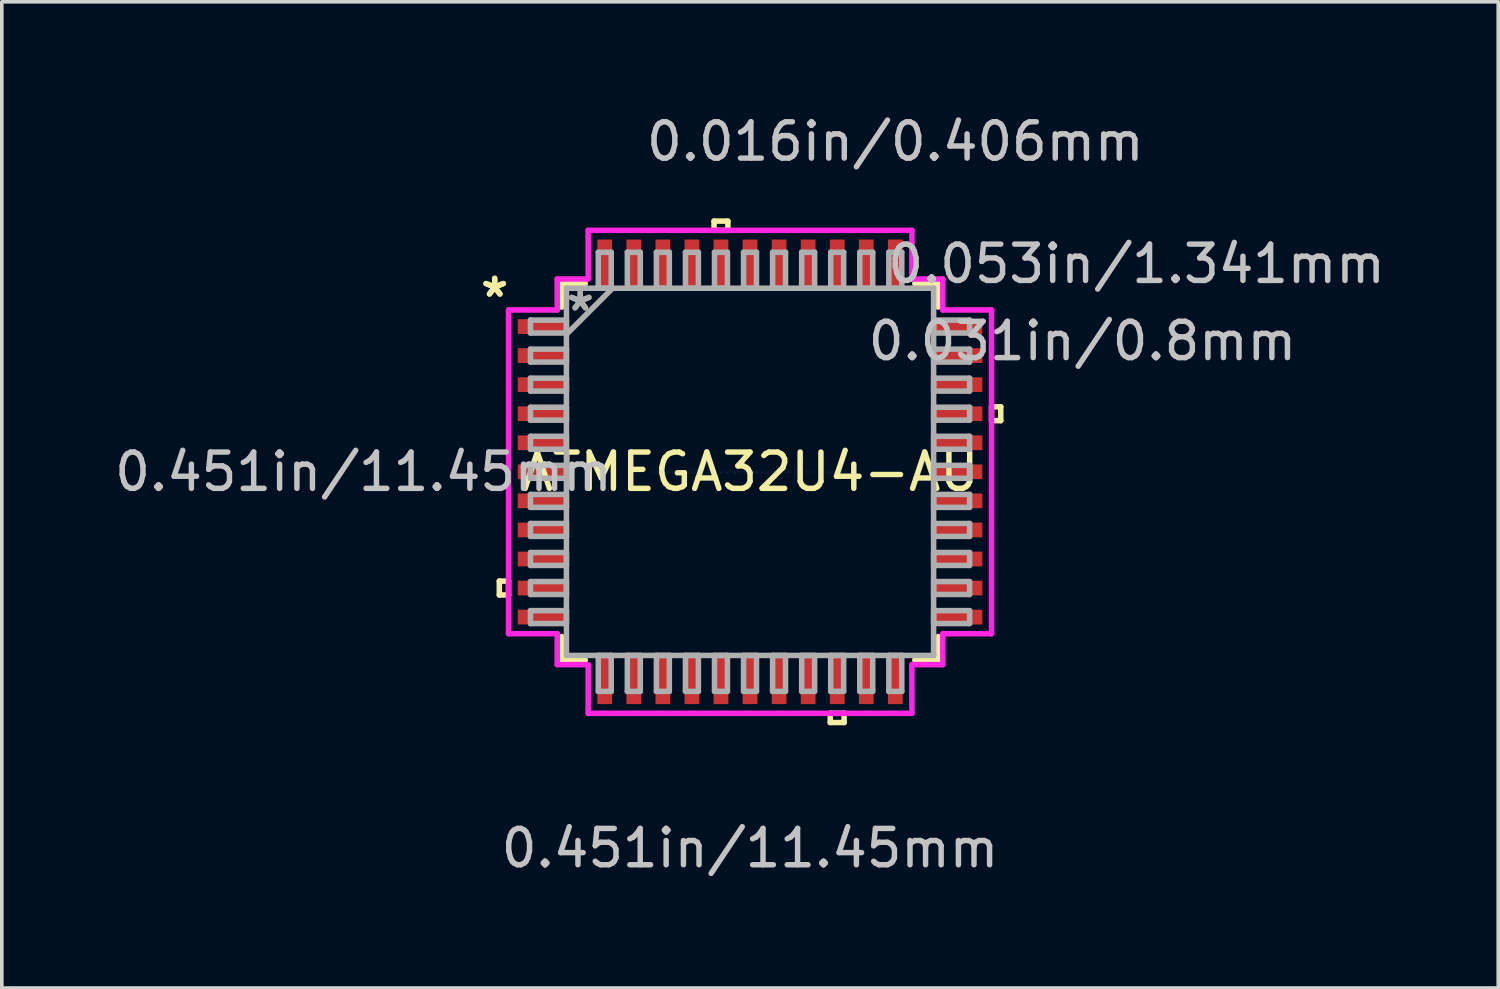
<source format=kicad_pcb>
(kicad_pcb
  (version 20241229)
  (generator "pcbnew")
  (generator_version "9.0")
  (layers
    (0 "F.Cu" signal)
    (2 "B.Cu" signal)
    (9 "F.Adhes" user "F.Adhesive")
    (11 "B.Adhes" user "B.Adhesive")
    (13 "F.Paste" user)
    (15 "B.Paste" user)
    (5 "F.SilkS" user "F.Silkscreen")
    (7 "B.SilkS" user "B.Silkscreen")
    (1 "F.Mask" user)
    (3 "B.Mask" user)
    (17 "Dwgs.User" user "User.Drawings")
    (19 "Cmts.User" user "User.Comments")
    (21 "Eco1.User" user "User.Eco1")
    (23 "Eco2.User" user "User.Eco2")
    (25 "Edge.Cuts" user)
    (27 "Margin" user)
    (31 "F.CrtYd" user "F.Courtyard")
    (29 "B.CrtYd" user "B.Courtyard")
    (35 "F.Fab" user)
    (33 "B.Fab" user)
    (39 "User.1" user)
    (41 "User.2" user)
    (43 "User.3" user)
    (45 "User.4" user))
  (footprint "ATMEGA32U4-AU"
    (layer "F.Cu")
    (at 17.601 9.941)
    (property "Reference" "ATMEGA32U4-AU" (at 0 0 0) (layer "F.SilkS") (effects (font (size 1 1) (thickness 0.15))))
    (attr through_hole)
    (fp_line (start -6.903 3.009) (end -6.903 3.39) (stroke (width 0.152) (type solid)) (layer "F.SilkS"))
    (fp_line (start -6.903 3.39) (end -6.649 3.39) (stroke (width 0.152) (type solid)) (layer "F.SilkS"))
    (fp_line (start -6.649 3.009) (end -6.903 3.009) (stroke (width 0.152) (type solid)) (layer "F.SilkS"))
    (fp_line (start -6.649 3.39) (end -6.649 3.009) (stroke (width 0.152) (type solid)) (layer "F.SilkS"))
    (fp_line (start -5.182 -5.182) (end -5.182 -4.536) (stroke (width 0.152) (type solid)) (layer "F.SilkS"))
    (fp_line (start -5.182 4.536) (end -5.182 5.182) (stroke (width 0.152) (type solid)) (layer "F.SilkS"))
    (fp_line (start -5.182 5.182) (end -4.536 5.182) (stroke (width 0.152) (type solid)) (layer "F.SilkS"))
    (fp_line (start -4.536 -5.182) (end -5.182 -5.182) (stroke (width 0.152) (type solid)) (layer "F.SilkS"))
    (fp_line (start -0.991 -6.903) (end -0.61 -6.903) (stroke (width 0.152) (type solid)) (layer "F.SilkS"))
    (fp_line (start -0.991 -6.649) (end -0.991 -6.903) (stroke (width 0.152) (type solid)) (layer "F.SilkS"))
    (fp_line (start -0.61 -6.903) (end -0.61 -6.649) (stroke (width 0.152) (type solid)) (layer "F.SilkS"))
    (fp_line (start -0.61 -6.649) (end -0.991 -6.649) (stroke (width 0.152) (type solid)) (layer "F.SilkS"))
    (fp_line (start 2.209 6.649) (end 2.209 6.903) (stroke (width 0.152) (type solid)) (layer "F.SilkS"))
    (fp_line (start 2.209 6.903) (end 2.591 6.903) (stroke (width 0.152) (type solid)) (layer "F.SilkS"))
    (fp_line (start 2.591 6.649) (end 2.209 6.649) (stroke (width 0.152) (type solid)) (layer "F.SilkS"))
    (fp_line (start 2.591 6.903) (end 2.591 6.649) (stroke (width 0.152) (type solid)) (layer "F.SilkS"))
    (fp_line (start 4.536 5.182) (end 5.182 5.182) (stroke (width 0.152) (type solid)) (layer "F.SilkS"))
    (fp_line (start 5.182 -5.182) (end 4.536 -5.182) (stroke (width 0.152) (type solid)) (layer "F.SilkS"))
    (fp_line (start 5.182 -4.536) (end 5.182 -5.182) (stroke (width 0.152) (type solid)) (layer "F.SilkS"))
    (fp_line (start 5.182 5.182) (end 5.182 4.536) (stroke (width 0.152) (type solid)) (layer "F.SilkS"))
    (fp_line (start 6.649 -1.79) (end 6.903 -1.79) (stroke (width 0.152) (type solid)) (layer "F.SilkS"))
    (fp_line (start 6.649 -1.409) (end 6.649 -1.79) (stroke (width 0.152) (type solid)) (layer "F.SilkS"))
    (fp_line (start 6.903 -1.79) (end 6.903 -1.409) (stroke (width 0.152) (type solid)) (layer "F.SilkS"))
    (fp_line (start 6.903 -1.409) (end 6.649 -1.409) (stroke (width 0.152) (type solid)) (layer "F.SilkS"))
    (fp_line (start -6.649 -4.457) (end -5.309 -4.457) (stroke (width 0.152) (type solid)) (layer "F.CrtYd"))
    (fp_line (start -6.649 4.457) (end -6.649 -4.457) (stroke (width 0.152) (type solid)) (layer "F.CrtYd"))
    (fp_line (start -5.309 -5.309) (end -4.457 -5.309) (stroke (width 0.152) (type solid)) (layer "F.CrtYd"))
    (fp_line (start -5.309 -4.457) (end -5.309 -5.309) (stroke (width 0.152) (type solid)) (layer "F.CrtYd"))
    (fp_line (start -5.309 4.457) (end -6.649 4.457) (stroke (width 0.152) (type solid)) (layer "F.CrtYd"))
    (fp_line (start -5.309 5.309) (end -5.309 4.457) (stroke (width 0.152) (type solid)) (layer "F.CrtYd"))
    (fp_line (start -4.457 -6.649) (end 4.457 -6.649) (stroke (width 0.152) (type solid)) (layer "F.CrtYd"))
    (fp_line (start -4.457 -5.309) (end -4.457 -6.649) (stroke (width 0.152) (type solid)) (layer "F.CrtYd"))
    (fp_line (start -4.457 5.309) (end -5.309 5.309) (stroke (width 0.152) (type solid)) (layer "F.CrtYd"))
    (fp_line (start -4.457 6.649) (end -4.457 5.309) (stroke (width 0.152) (type solid)) (layer "F.CrtYd"))
    (fp_line (start 4.457 -6.649) (end 4.457 -5.309) (stroke (width 0.152) (type solid)) (layer "F.CrtYd"))
    (fp_line (start 4.457 -5.309) (end 5.309 -5.309) (stroke (width 0.152) (type solid)) (layer "F.CrtYd"))
    (fp_line (start 4.457 5.309) (end 4.457 6.649) (stroke (width 0.152) (type solid)) (layer "F.CrtYd"))
    (fp_line (start 4.457 6.649) (end -4.457 6.649) (stroke (width 0.152) (type solid)) (layer "F.CrtYd"))
    (fp_line (start 5.309 -5.309) (end 5.309 -4.457) (stroke (width 0.152) (type solid)) (layer "F.CrtYd"))
    (fp_line (start 5.309 -4.457) (end 6.649 -4.457) (stroke (width 0.152) (type solid)) (layer "F.CrtYd"))
    (fp_line (start 5.309 4.457) (end 5.309 5.309) (stroke (width 0.152) (type solid)) (layer "F.CrtYd"))
    (fp_line (start 5.309 5.309) (end 4.457 5.309) (stroke (width 0.152) (type solid)) (layer "F.CrtYd"))
    (fp_line (start 6.649 -4.457) (end 6.649 4.457) (stroke (width 0.152) (type solid)) (layer "F.CrtYd"))
    (fp_line (start 6.649 4.457) (end 5.309 4.457) (stroke (width 0.152) (type solid)) (layer "F.CrtYd"))
    (fp_line (start -6.045 -4.178) (end -6.045 -3.822) (stroke (width 0.152) (type solid)) (layer "F.Fab"))
    (fp_line (start -6.045 -3.822) (end -5.055 -3.822) (stroke (width 0.152) (type solid)) (layer "F.Fab"))
    (fp_line (start -6.045 -3.378) (end -6.045 -3.022) (stroke (width 0.152) (type solid)) (layer "F.Fab"))
    (fp_line (start -6.045 -3.022) (end -5.055 -3.022) (stroke (width 0.152) (type solid)) (layer "F.Fab"))
    (fp_line (start -6.045 -2.578) (end -6.045 -2.222) (stroke (width 0.152) (type solid)) (layer "F.Fab"))
    (fp_line (start -6.045 -2.222) (end -5.055 -2.222) (stroke (width 0.152) (type solid)) (layer "F.Fab"))
    (fp_line (start -6.045 -1.778) (end -6.045 -1.422) (stroke (width 0.152) (type solid)) (layer "F.Fab"))
    (fp_line (start -6.045 -1.422) (end -5.055 -1.422) (stroke (width 0.152) (type solid)) (layer "F.Fab"))
    (fp_line (start -6.045 -0.978) (end -6.045 -0.622) (stroke (width 0.152) (type solid)) (layer "F.Fab"))
    (fp_line (start -6.045 -0.622) (end -5.055 -0.622) (stroke (width 0.152) (type solid)) (layer "F.Fab"))
    (fp_line (start -6.045 -0.178) (end -6.045 0.178) (stroke (width 0.152) (type solid)) (layer "F.Fab"))
    (fp_line (start -6.045 0.178) (end -5.055 0.178) (stroke (width 0.152) (type solid)) (layer "F.Fab"))
    (fp_line (start -6.045 0.622) (end -6.045 0.978) (stroke (width 0.152) (type solid)) (layer "F.Fab"))
    (fp_line (start -6.045 0.978) (end -5.055 0.978) (stroke (width 0.152) (type solid)) (layer "F.Fab"))
    (fp_line (start -6.045 1.422) (end -6.045 1.778) (stroke (width 0.152) (type solid)) (layer "F.Fab"))
    (fp_line (start -6.045 1.778) (end -5.055 1.778) (stroke (width 0.152) (type solid)) (layer "F.Fab"))
    (fp_line (start -6.045 2.222) (end -6.045 2.578) (stroke (width 0.152) (type solid)) (layer "F.Fab"))
    (fp_line (start -6.045 2.578) (end -5.055 2.578) (stroke (width 0.152) (type solid)) (layer "F.Fab"))
    (fp_line (start -6.045 3.022) (end -6.045 3.378) (stroke (width 0.152) (type solid)) (layer "F.Fab"))
    (fp_line (start -6.045 3.378) (end -5.055 3.378) (stroke (width 0.152) (type solid)) (layer "F.Fab"))
    (fp_line (start -6.045 3.822) (end -6.045 4.178) (stroke (width 0.152) (type solid)) (layer "F.Fab"))
    (fp_line (start -6.045 4.178) (end -5.055 4.178) (stroke (width 0.152) (type solid)) (layer "F.Fab"))
    (fp_line (start -5.055 -5.055) (end -5.055 -5.055) (stroke (width 0.152) (type solid)) (layer "F.Fab"))
    (fp_line (start -5.055 -5.055) (end -5.055 5.055) (stroke (width 0.152) (type solid)) (layer "F.Fab"))
    (fp_line (start -5.055 -4.178) (end -6.045 -4.178) (stroke (width 0.152) (type solid)) (layer "F.Fab"))
    (fp_line (start -5.055 -3.822) (end -5.055 -4.178) (stroke (width 0.152) (type solid)) (layer "F.Fab"))
    (fp_line (start -5.055 -3.785) (end -3.785 -5.055) (stroke (width 0.152) (type solid)) (layer "F.Fab"))
    (fp_line (start -5.055 -3.378) (end -6.045 -3.378) (stroke (width 0.152) (type solid)) (layer "F.Fab"))
    (fp_line (start -5.055 -3.022) (end -5.055 -3.378) (stroke (width 0.152) (type solid)) (layer "F.Fab"))
    (fp_line (start -5.055 -2.578) (end -6.045 -2.578) (stroke (width 0.152) (type solid)) (layer "F.Fab"))
    (fp_line (start -5.055 -2.222) (end -5.055 -2.578) (stroke (width 0.152) (type solid)) (layer "F.Fab"))
    (fp_line (start -5.055 -1.778) (end -6.045 -1.778) (stroke (width 0.152) (type solid)) (layer "F.Fab"))
    (fp_line (start -5.055 -1.422) (end -5.055 -1.778) (stroke (width 0.152) (type solid)) (layer "F.Fab"))
    (fp_line (start -5.055 -0.978) (end -6.045 -0.978) (stroke (width 0.152) (type solid)) (layer "F.Fab"))
    (fp_line (start -5.055 -0.622) (end -5.055 -0.978) (stroke (width 0.152) (type solid)) (layer "F.Fab"))
    (fp_line (start -5.055 -0.178) (end -6.045 -0.178) (stroke (width 0.152) (type solid)) (layer "F.Fab"))
    (fp_line (start -5.055 0.178) (end -5.055 -0.178) (stroke (width 0.152) (type solid)) (layer "F.Fab"))
    (fp_line (start -5.055 0.622) (end -6.045 0.622) (stroke (width 0.152) (type solid)) (layer "F.Fab"))
    (fp_line (start -5.055 0.978) (end -5.055 0.622) (stroke (width 0.152) (type solid)) (layer "F.Fab"))
    (fp_line (start -5.055 1.422) (end -6.045 1.422) (stroke (width 0.152) (type solid)) (layer "F.Fab"))
    (fp_line (start -5.055 1.778) (end -5.055 1.422) (stroke (width 0.152) (type solid)) (layer "F.Fab"))
    (fp_line (start -5.055 2.222) (end -6.045 2.222) (stroke (width 0.152) (type solid)) (layer "F.Fab"))
    (fp_line (start -5.055 2.578) (end -5.055 2.222) (stroke (width 0.152) (type solid)) (layer "F.Fab"))
    (fp_line (start -5.055 3.022) (end -6.045 3.022) (stroke (width 0.152) (type solid)) (layer "F.Fab"))
    (fp_line (start -5.055 3.378) (end -5.055 3.022) (stroke (width 0.152) (type solid)) (layer "F.Fab"))
    (fp_line (start -5.055 3.822) (end -6.045 3.822) (stroke (width 0.152) (type solid)) (layer "F.Fab"))
    (fp_line (start -5.055 4.178) (end -5.055 3.822) (stroke (width 0.152) (type solid)) (layer "F.Fab"))
    (fp_line (start -5.055 5.055) (end -5.055 5.055) (stroke (width 0.152) (type solid)) (layer "F.Fab"))
    (fp_line (start -5.055 5.055) (end 5.055 5.055) (stroke (width 0.152) (type solid)) (layer "F.Fab"))
    (fp_line (start -4.178 5.055) (end -4.178 6.045) (stroke (width 0.152) (type solid)) (layer "F.Fab"))
    (fp_line (start -4.178 6.045) (end -3.822 6.045) (stroke (width 0.152) (type solid)) (layer "F.Fab"))
    (fp_line (start -4.178 -6.045) (end -4.178 -5.055) (stroke (width 0.152) (type solid)) (layer "F.Fab"))
    (fp_line (start -4.178 -5.055) (end -3.822 -5.055) (stroke (width 0.152) (type solid)) (layer "F.Fab"))
    (fp_line (start -3.822 5.055) (end -4.178 5.055) (stroke (width 0.152) (type solid)) (layer "F.Fab"))
    (fp_line (start -3.822 6.045) (end -3.822 5.055) (stroke (width 0.152) (type solid)) (layer "F.Fab"))
    (fp_line (start -3.822 -6.045) (end -4.178 -6.045) (stroke (width 0.152) (type solid)) (layer "F.Fab"))
    (fp_line (start -3.822 -5.055) (end -3.822 -6.045) (stroke (width 0.152) (type solid)) (layer "F.Fab"))
    (fp_line (start -3.378 -6.045) (end -3.378 -5.055) (stroke (width 0.152) (type solid)) (layer "F.Fab"))
    (fp_line (start -3.378 -5.055) (end -3.022 -5.055) (stroke (width 0.152) (type solid)) (layer "F.Fab"))
    (fp_line (start -3.378 5.055) (end -3.378 6.045) (stroke (width 0.152) (type solid)) (layer "F.Fab"))
    (fp_line (start -3.378 6.045) (end -3.022 6.045) (stroke (width 0.152) (type solid)) (layer "F.Fab"))
    (fp_line (start -3.022 -6.045) (end -3.378 -6.045) (stroke (width 0.152) (type solid)) (layer "F.Fab"))
    (fp_line (start -3.022 -5.055) (end -3.022 -6.045) (stroke (width 0.152) (type solid)) (layer "F.Fab"))
    (fp_line (start -3.022 5.055) (end -3.378 5.055) (stroke (width 0.152) (type solid)) (layer "F.Fab"))
    (fp_line (start -3.022 6.045) (end -3.022 5.055) (stroke (width 0.152) (type solid)) (layer "F.Fab"))
    (fp_line (start -2.578 -6.045) (end -2.578 -5.055) (stroke (width 0.152) (type solid)) (layer "F.Fab"))
    (fp_line (start -2.578 -5.055) (end -2.222 -5.055) (stroke (width 0.152) (type solid)) (layer "F.Fab"))
    (fp_line (start -2.578 5.055) (end -2.578 6.045) (stroke (width 0.152) (type solid)) (layer "F.Fab"))
    (fp_line (start -2.578 6.045) (end -2.222 6.045) (stroke (width 0.152) (type solid)) (layer "F.Fab"))
    (fp_line (start -2.222 -6.045) (end -2.578 -6.045) (stroke (width 0.152) (type solid)) (layer "F.Fab"))
    (fp_line (start -2.222 -5.055) (end -2.222 -6.045) (stroke (width 0.152) (type solid)) (layer "F.Fab"))
    (fp_line (start -2.222 5.055) (end -2.578 5.055) (stroke (width 0.152) (type solid)) (layer "F.Fab"))
    (fp_line (start -2.222 6.045) (end -2.222 5.055) (stroke (width 0.152) (type solid)) (layer "F.Fab"))
    (fp_line (start -1.778 -6.045) (end -1.778 -5.055) (stroke (width 0.152) (type solid)) (layer "F.Fab"))
    (fp_line (start -1.778 -5.055) (end -1.422 -5.055) (stroke (width 0.152) (type solid)) (layer "F.Fab"))
    (fp_line (start -1.778 5.055) (end -1.778 6.045) (stroke (width 0.152) (type solid)) (layer "F.Fab"))
    (fp_line (start -1.778 6.045) (end -1.422 6.045) (stroke (width 0.152) (type solid)) (layer "F.Fab"))
    (fp_line (start -1.422 -6.045) (end -1.778 -6.045) (stroke (width 0.152) (type solid)) (layer "F.Fab"))
    (fp_line (start -1.422 -5.055) (end -1.422 -6.045) (stroke (width 0.152) (type solid)) (layer "F.Fab"))
    (fp_line (start -1.422 5.055) (end -1.778 5.055) (stroke (width 0.152) (type solid)) (layer "F.Fab"))
    (fp_line (start -1.422 6.045) (end -1.422 5.055) (stroke (width 0.152) (type solid)) (layer "F.Fab"))
    (fp_line (start -0.978 -6.045) (end -0.978 -5.055) (stroke (width 0.152) (type solid)) (layer "F.Fab"))
    (fp_line (start -0.978 -5.055) (end -0.622 -5.055) (stroke (width 0.152) (type solid)) (layer "F.Fab"))
    (fp_line (start -0.978 5.055) (end -0.978 6.045) (stroke (width 0.152) (type solid)) (layer "F.Fab"))
    (fp_line (start -0.978 6.045) (end -0.622 6.045) (stroke (width 0.152) (type solid)) (layer "F.Fab"))
    (fp_line (start -0.622 -6.045) (end -0.978 -6.045) (stroke (width 0.152) (type solid)) (layer "F.Fab"))
    (fp_line (start -0.622 -5.055) (end -0.622 -6.045) (stroke (width 0.152) (type solid)) (layer "F.Fab"))
    (fp_line (start -0.622 5.055) (end -0.978 5.055) (stroke (width 0.152) (type solid)) (layer "F.Fab"))
    (fp_line (start -0.622 6.045) (end -0.622 5.055) (stroke (width 0.152) (type solid)) (layer "F.Fab"))
    (fp_line (start -0.178 -6.045) (end -0.178 -5.055) (stroke (width 0.152) (type solid)) (layer "F.Fab"))
    (fp_line (start -0.178 -5.055) (end 0.178 -5.055) (stroke (width 0.152) (type solid)) (layer "F.Fab"))
    (fp_line (start -0.178 5.055) (end -0.178 6.045) (stroke (width 0.152) (type solid)) (layer "F.Fab"))
    (fp_line (start -0.178 6.045) (end 0.178 6.045) (stroke (width 0.152) (type solid)) (layer "F.Fab"))
    (fp_line (start 0.178 -6.045) (end -0.178 -6.045) (stroke (width 0.152) (type solid)) (layer "F.Fab"))
    (fp_line (start 0.178 -5.055) (end 0.178 -6.045) (stroke (width 0.152) (type solid)) (layer "F.Fab"))
    (fp_line (start 0.178 5.055) (end -0.178 5.055) (stroke (width 0.152) (type solid)) (layer "F.Fab"))
    (fp_line (start 0.178 6.045) (end 0.178 5.055) (stroke (width 0.152) (type solid)) (layer "F.Fab"))
    (fp_line (start 0.622 -6.045) (end 0.622 -5.055) (stroke (width 0.152) (type solid)) (layer "F.Fab"))
    (fp_line (start 0.622 -5.055) (end 0.978 -5.055) (stroke (width 0.152) (type solid)) (layer "F.Fab"))
    (fp_line (start 0.622 5.055) (end 0.622 6.045) (stroke (width 0.152) (type solid)) (layer "F.Fab"))
    (fp_line (start 0.622 6.045) (end 0.978 6.045) (stroke (width 0.152) (type solid)) (layer "F.Fab"))
    (fp_line (start 0.978 -6.045) (end 0.622 -6.045) (stroke (width 0.152) (type solid)) (layer "F.Fab"))
    (fp_line (start 0.978 -5.055) (end 0.978 -6.045) (stroke (width 0.152) (type solid)) (layer "F.Fab"))
    (fp_line (start 0.978 5.055) (end 0.622 5.055) (stroke (width 0.152) (type solid)) (layer "F.Fab"))
    (fp_line (start 0.978 6.045) (end 0.978 5.055) (stroke (width 0.152) (type solid)) (layer "F.Fab"))
    (fp_line (start 1.422 -6.045) (end 1.422 -5.055) (stroke (width 0.152) (type solid)) (layer "F.Fab"))
    (fp_line (start 1.422 -5.055) (end 1.778 -5.055) (stroke (width 0.152) (type solid)) (layer "F.Fab"))
    (fp_line (start 1.422 5.055) (end 1.422 6.045) (stroke (width 0.152) (type solid)) (layer "F.Fab"))
    (fp_line (start 1.422 6.045) (end 1.778 6.045) (stroke (width 0.152) (type solid)) (layer "F.Fab"))
    (fp_line (start 1.778 -6.045) (end 1.422 -6.045) (stroke (width 0.152) (type solid)) (layer "F.Fab"))
    (fp_line (start 1.778 -5.055) (end 1.778 -6.045) (stroke (width 0.152) (type solid)) (layer "F.Fab"))
    (fp_line (start 1.778 5.055) (end 1.422 5.055) (stroke (width 0.152) (type solid)) (layer "F.Fab"))
    (fp_line (start 1.778 6.045) (end 1.778 5.055) (stroke (width 0.152) (type solid)) (layer "F.Fab"))
    (fp_line (start 2.222 -6.045) (end 2.222 -5.055) (stroke (width 0.152) (type solid)) (layer "F.Fab"))
    (fp_line (start 2.222 -5.055) (end 2.578 -5.055) (stroke (width 0.152) (type solid)) (layer "F.Fab"))
    (fp_line (start 2.222 5.055) (end 2.222 6.045) (stroke (width 0.152) (type solid)) (layer "F.Fab"))
    (fp_line (start 2.222 6.045) (end 2.578 6.045) (stroke (width 0.152) (type solid)) (layer "F.Fab"))
    (fp_line (start 2.578 -6.045) (end 2.222 -6.045) (stroke (width 0.152) (type solid)) (layer "F.Fab"))
    (fp_line (start 2.578 -5.055) (end 2.578 -6.045) (stroke (width 0.152) (type solid)) (layer "F.Fab"))
    (fp_line (start 2.578 5.055) (end 2.222 5.055) (stroke (width 0.152) (type solid)) (layer "F.Fab"))
    (fp_line (start 2.578 6.045) (end 2.578 5.055) (stroke (width 0.152) (type solid)) (layer "F.Fab"))
    (fp_line (start 3.022 -6.045) (end 3.022 -5.055) (stroke (width 0.152) (type solid)) (layer "F.Fab"))
    (fp_line (start 3.022 -5.055) (end 3.378 -5.055) (stroke (width 0.152) (type solid)) (layer "F.Fab"))
    (fp_line (start 3.022 5.055) (end 3.022 6.045) (stroke (width 0.152) (type solid)) (layer "F.Fab"))
    (fp_line (start 3.022 6.045) (end 3.378 6.045) (stroke (width 0.152) (type solid)) (layer "F.Fab"))
    (fp_line (start 3.378 -6.045) (end 3.022 -6.045) (stroke (width 0.152) (type solid)) (layer "F.Fab"))
    (fp_line (start 3.378 -5.055) (end 3.378 -6.045) (stroke (width 0.152) (type solid)) (layer "F.Fab"))
    (fp_line (start 3.378 5.055) (end 3.022 5.055) (stroke (width 0.152) (type solid)) (layer "F.Fab"))
    (fp_line (start 3.378 6.045) (end 3.378 5.055) (stroke (width 0.152) (type solid)) (layer "F.Fab"))
    (fp_line (start 3.822 5.055) (end 3.822 6.045) (stroke (width 0.152) (type solid)) (layer "F.Fab"))
    (fp_line (start 3.822 6.045) (end 4.178 6.045) (stroke (width 0.152) (type solid)) (layer "F.Fab"))
    (fp_line (start 3.822 -6.045) (end 3.822 -5.055) (stroke (width 0.152) (type solid)) (layer "F.Fab"))
    (fp_line (start 3.822 -5.055) (end 4.178 -5.055) (stroke (width 0.152) (type solid)) (layer "F.Fab"))
    (fp_line (start 4.178 5.055) (end 3.822 5.055) (stroke (width 0.152) (type solid)) (layer "F.Fab"))
    (fp_line (start 4.178 6.045) (end 4.178 5.055) (stroke (width 0.152) (type solid)) (layer "F.Fab"))
    (fp_line (start 4.178 -6.045) (end 3.822 -6.045) (stroke (width 0.152) (type solid)) (layer "F.Fab"))
    (fp_line (start 4.178 -5.055) (end 4.178 -6.045) (stroke (width 0.152) (type solid)) (layer "F.Fab"))
    (fp_line (start 5.055 -5.055) (end -5.055 -5.055) (stroke (width 0.152) (type solid)) (layer "F.Fab"))
    (fp_line (start 5.055 -5.055) (end 5.055 -5.055) (stroke (width 0.152) (type solid)) (layer "F.Fab"))
    (fp_line (start 5.055 -4.178) (end 5.055 -3.822) (stroke (width 0.152) (type solid)) (layer "F.Fab"))
    (fp_line (start 5.055 -3.822) (end 6.045 -3.822) (stroke (width 0.152) (type solid)) (layer "F.Fab"))
    (fp_line (start 5.055 -3.378) (end 5.055 -3.022) (stroke (width 0.152) (type solid)) (layer "F.Fab"))
    (fp_line (start 5.055 -3.022) (end 6.045 -3.022) (stroke (width 0.152) (type solid)) (layer "F.Fab"))
    (fp_line (start 5.055 -2.578) (end 5.055 -2.222) (stroke (width 0.152) (type solid)) (layer "F.Fab"))
    (fp_line (start 5.055 -2.222) (end 6.045 -2.222) (stroke (width 0.152) (type solid)) (layer "F.Fab"))
    (fp_line (start 5.055 -1.778) (end 5.055 -1.422) (stroke (width 0.152) (type solid)) (layer "F.Fab"))
    (fp_line (start 5.055 -1.422) (end 6.045 -1.422) (stroke (width 0.152) (type solid)) (layer "F.Fab"))
    (fp_line (start 5.055 -0.978) (end 5.055 -0.622) (stroke (width 0.152) (type solid)) (layer "F.Fab"))
    (fp_line (start 5.055 -0.622) (end 6.045 -0.622) (stroke (width 0.152) (type solid)) (layer "F.Fab"))
    (fp_line (start 5.055 -0.178) (end 5.055 0.178) (stroke (width 0.152) (type solid)) (layer "F.Fab"))
    (fp_line (start 5.055 0.178) (end 6.045 0.178) (stroke (width 0.152) (type solid)) (layer "F.Fab"))
    (fp_line (start 5.055 0.622) (end 5.055 0.978) (stroke (width 0.152) (type solid)) (layer "F.Fab"))
    (fp_line (start 5.055 0.978) (end 6.045 0.978) (stroke (width 0.152) (type solid)) (layer "F.Fab"))
    (fp_line (start 5.055 1.422) (end 5.055 1.778) (stroke (width 0.152) (type solid)) (layer "F.Fab"))
    (fp_line (start 5.055 1.778) (end 6.045 1.778) (stroke (width 0.152) (type solid)) (layer "F.Fab"))
    (fp_line (start 5.055 2.222) (end 5.055 2.578) (stroke (width 0.152) (type solid)) (layer "F.Fab"))
    (fp_line (start 5.055 2.578) (end 6.045 2.578) (stroke (width 0.152) (type solid)) (layer "F.Fab"))
    (fp_line (start 5.055 3.022) (end 5.055 3.378) (stroke (width 0.152) (type solid)) (layer "F.Fab"))
    (fp_line (start 5.055 3.378) (end 6.045 3.378) (stroke (width 0.152) (type solid)) (layer "F.Fab"))
    (fp_line (start 5.055 3.822) (end 5.055 4.178) (stroke (width 0.152) (type solid)) (layer "F.Fab"))
    (fp_line (start 5.055 4.178) (end 6.045 4.178) (stroke (width 0.152) (type solid)) (layer "F.Fab"))
    (fp_line (start 5.055 5.055) (end 5.055 -5.055) (stroke (width 0.152) (type solid)) (layer "F.Fab"))
    (fp_line (start 5.055 5.055) (end 5.055 5.055) (stroke (width 0.152) (type solid)) (layer "F.Fab"))
    (fp_line (start 6.045 -4.178) (end 5.055 -4.178) (stroke (width 0.152) (type solid)) (layer "F.Fab"))
    (fp_line (start 6.045 -3.822) (end 6.045 -4.178) (stroke (width 0.152) (type solid)) (layer "F.Fab"))
    (fp_line (start 6.045 -3.378) (end 5.055 -3.378) (stroke (width 0.152) (type solid)) (layer "F.Fab"))
    (fp_line (start 6.045 -3.022) (end 6.045 -3.378) (stroke (width 0.152) (type solid)) (layer "F.Fab"))
    (fp_line (start 6.045 -2.578) (end 5.055 -2.578) (stroke (width 0.152) (type solid)) (layer "F.Fab"))
    (fp_line (start 6.045 -2.222) (end 6.045 -2.578) (stroke (width 0.152) (type solid)) (layer "F.Fab"))
    (fp_line (start 6.045 -1.778) (end 5.055 -1.778) (stroke (width 0.152) (type solid)) (layer "F.Fab"))
    (fp_line (start 6.045 -1.422) (end 6.045 -1.778) (stroke (width 0.152) (type solid)) (layer "F.Fab"))
    (fp_line (start 6.045 -0.978) (end 5.055 -0.978) (stroke (width 0.152) (type solid)) (layer "F.Fab"))
    (fp_line (start 6.045 -0.622) (end 6.045 -0.978) (stroke (width 0.152) (type solid)) (layer "F.Fab"))
    (fp_line (start 6.045 -0.178) (end 5.055 -0.178) (stroke (width 0.152) (type solid)) (layer "F.Fab"))
    (fp_line (start 6.045 0.178) (end 6.045 -0.178) (stroke (width 0.152) (type solid)) (layer "F.Fab"))
    (fp_line (start 6.045 0.622) (end 5.055 0.622) (stroke (width 0.152) (type solid)) (layer "F.Fab"))
    (fp_line (start 6.045 0.978) (end 6.045 0.622) (stroke (width 0.152) (type solid)) (layer "F.Fab"))
    (fp_line (start 6.045 1.422) (end 5.055 1.422) (stroke (width 0.152) (type solid)) (layer "F.Fab"))
    (fp_line (start 6.045 1.778) (end 6.045 1.422) (stroke (width 0.152) (type solid)) (layer "F.Fab"))
    (fp_line (start 6.045 2.222) (end 5.055 2.222) (stroke (width 0.152) (type solid)) (layer "F.Fab"))
    (fp_line (start 6.045 2.578) (end 6.045 2.222) (stroke (width 0.152) (type solid)) (layer "F.Fab"))
    (fp_line (start 6.045 3.022) (end 5.055 3.022) (stroke (width 0.152) (type solid)) (layer "F.Fab"))
    (fp_line (start 6.045 3.378) (end 6.045 3.022) (stroke (width 0.152) (type solid)) (layer "F.Fab"))
    (fp_line (start 6.045 3.822) (end 5.055 3.822) (stroke (width 0.152) (type solid)) (layer "F.Fab"))
    (fp_line (start 6.045 4.178) (end 6.045 3.822) (stroke (width 0.152) (type solid)) (layer "F.Fab"))
    (fp_text user "*" (at -7.03 -4.781 0) (layer "F.SilkS") (effects (font (size 1 1) (thickness 0.15))))
    (fp_text user "*" (at -7.03 -4.781 0) (layer "F.SilkS") (effects (font (size 1 1) (thickness 0.15))))
    (fp_text user "0.016in/0.406mm" (at 4 -9.093 0) (layer "Dwgs.User") (effects (font (size 1 1) (thickness 0.15))))
    (fp_text user "0.451in/11.45mm" (at -10.643 0 0) (layer "Dwgs.User") (effects (font (size 1 1) (thickness 0.15))))
    (fp_text user "0.053in/1.341mm" (at 10.643 -5.725 0) (layer "Dwgs.User") (effects (font (size 1 1) (thickness 0.15))))
    (fp_text user "0.451in/11.45mm" (at 0 10.363 0) (layer "Dwgs.User") (effects (font (size 1 1) (thickness 0.15))))
    (fp_text user "0.031in/0.8mm" (at 9.154 -3.6 0) (layer "Dwgs.User") (effects (font (size 1 1) (thickness 0.15))))
    (fp_text user "Copyright 2016 Accelerated Designs. All rights reserved." (at 0 0 0) (layer "Cmts.User") (effects (font (size 0.127 0.127) (thickness 0.002))))
    (fp_text user "*" (at -4.674 -4.4 0) (layer "F.Fab") (effects (font (size 1 1) (thickness 0.15))))
    (fp_text user "*" (at -4.674 -4.4 0) (layer "F.Fab") (effects (font (size 1 1) (thickness 0.15))))
    (pad "1" smd rect (at -5.725 -4 90) (size 0.406 1.341) (layers "F.Cu" "F.Mask" "F.Paste"))
    (pad "2" smd rect (at -5.725 -3.2 90) (size 0.406 1.341) (layers "F.Cu" "F.Mask" "F.Paste"))
    (pad "3" smd rect (at -5.725 -2.4 90) (size 0.406 1.341) (layers "F.Cu" "F.Mask" "F.Paste"))
    (pad "4" smd rect (at -5.725 -1.6 90) (size 0.406 1.341) (layers "F.Cu" "F.Mask" "F.Paste"))
    (pad "5" smd rect (at -5.725 -0.8 90) (size 0.406 1.341) (layers "F.Cu" "F.Mask" "F.Paste"))
    (pad "6" smd rect (at -5.725 0 90) (size 0.406 1.341) (layers "F.Cu" "F.Mask" "F.Paste"))
    (pad "7" smd rect (at -5.725 0.8 90) (size 0.406 1.341) (layers "F.Cu" "F.Mask" "F.Paste"))
    (pad "8" smd rect (at -5.725 1.6 90) (size 0.406 1.341) (layers "F.Cu" "F.Mask" "F.Paste"))
    (pad "9" smd rect (at -5.725 2.4 90) (size 0.406 1.341) (layers "F.Cu" "F.Mask" "F.Paste"))
    (pad "10" smd rect (at -5.725 3.2 90) (size 0.406 1.341) (layers "F.Cu" "F.Mask" "F.Paste"))
    (pad "11" smd rect (at -5.725 4 90) (size 0.406 1.341) (layers "F.Cu" "F.Mask" "F.Paste"))
    (pad "12" smd rect (at -4 5.725) (size 0.406 1.341) (layers "F.Cu" "F.Mask" "F.Paste"))
    (pad "13" smd rect (at -3.2 5.725) (size 0.406 1.341) (layers "F.Cu" "F.Mask" "F.Paste"))
    (pad "14" smd rect (at -2.4 5.725) (size 0.406 1.341) (layers "F.Cu" "F.Mask" "F.Paste"))
    (pad "15" smd rect (at -1.6 5.725) (size 0.406 1.341) (layers "F.Cu" "F.Mask" "F.Paste"))
    (pad "16" smd rect (at -0.8 5.725) (size 0.406 1.341) (layers "F.Cu" "F.Mask" "F.Paste"))
    (pad "17" smd rect (at 0 5.725) (size 0.406 1.341) (layers "F.Cu" "F.Mask" "F.Paste"))
    (pad "18" smd rect (at 0.8 5.725) (size 0.406 1.341) (layers "F.Cu" "F.Mask" "F.Paste"))
    (pad "19" smd rect (at 1.6 5.725) (size 0.406 1.341) (layers "F.Cu" "F.Mask" "F.Paste"))
    (pad "20" smd rect (at 2.4 5.725) (size 0.406 1.341) (layers "F.Cu" "F.Mask" "F.Paste"))
    (pad "21" smd rect (at 3.2 5.725) (size 0.406 1.341) (layers "F.Cu" "F.Mask" "F.Paste"))
    (pad "22" smd rect (at 4 5.725) (size 0.406 1.341) (layers "F.Cu" "F.Mask" "F.Paste"))
    (pad "23" smd rect (at 5.725 4 90) (size 0.406 1.341) (layers "F.Cu" "F.Mask" "F.Paste"))
    (pad "24" smd rect (at 5.725 3.2 90) (size 0.406 1.341) (layers "F.Cu" "F.Mask" "F.Paste"))
    (pad "25" smd rect (at 5.725 2.4 90) (size 0.406 1.341) (layers "F.Cu" "F.Mask" "F.Paste"))
    (pad "26" smd rect (at 5.725 1.6 90) (size 0.406 1.341) (layers "F.Cu" "F.Mask" "F.Paste"))
    (pad "27" smd rect (at 5.725 0.8 90) (size 0.406 1.341) (layers "F.Cu" "F.Mask" "F.Paste"))
    (pad "28" smd rect (at 5.725 0 90) (size 0.406 1.341) (layers "F.Cu" "F.Mask" "F.Paste"))
    (pad "29" smd rect (at 5.725 -0.8 90) (size 0.406 1.341) (layers "F.Cu" "F.Mask" "F.Paste"))
    (pad "30" smd rect (at 5.725 -1.6 90) (size 0.406 1.341) (layers "F.Cu" "F.Mask" "F.Paste"))
    (pad "31" smd rect (at 5.725 -2.4 90) (size 0.406 1.341) (layers "F.Cu" "F.Mask" "F.Paste"))
    (pad "32" smd rect (at 5.725 -3.2 90) (size 0.406 1.341) (layers "F.Cu" "F.Mask" "F.Paste"))
    (pad "33" smd rect (at 5.725 -4 90) (size 0.406 1.341) (layers "F.Cu" "F.Mask" "F.Paste"))
    (pad "34" smd rect (at 4 -5.725) (size 0.406 1.341) (layers "F.Cu" "F.Mask" "F.Paste"))
    (pad "35" smd rect (at 3.2 -5.725) (size 0.406 1.341) (layers "F.Cu" "F.Mask" "F.Paste"))
    (pad "36" smd rect (at 2.4 -5.725) (size 0.406 1.341) (layers "F.Cu" "F.Mask" "F.Paste"))
    (pad "37" smd rect (at 1.6 -5.725) (size 0.406 1.341) (layers "F.Cu" "F.Mask" "F.Paste"))
    (pad "38" smd rect (at 0.8 -5.725) (size 0.406 1.341) (layers "F.Cu" "F.Mask" "F.Paste"))
    (pad "39" smd rect (at 0 -5.725) (size 0.406 1.341) (layers "F.Cu" "F.Mask" "F.Paste"))
    (pad "40" smd rect (at -0.8 -5.725) (size 0.406 1.341) (layers "F.Cu" "F.Mask" "F.Paste"))
    (pad "41" smd rect (at -1.6 -5.725) (size 0.406 1.341) (layers "F.Cu" "F.Mask" "F.Paste"))
    (pad "42" smd rect (at -2.4 -5.725) (size 0.406 1.341) (layers "F.Cu" "F.Mask" "F.Paste"))
    (pad "43" smd rect (at -3.2 -5.725) (size 0.406 1.341) (layers "F.Cu" "F.Mask" "F.Paste"))
    (pad "44" smd rect (at -4 -5.725) (size 0.406 1.341) (layers "F.Cu" "F.Mask" "F.Paste")))
  (gr_rect
    (start -3 -3)
    (end 38.202 24.153)
    (stroke (width 0.1) (type default))
    (fill no)
    (layer "Edge.Cuts")))
</source>
